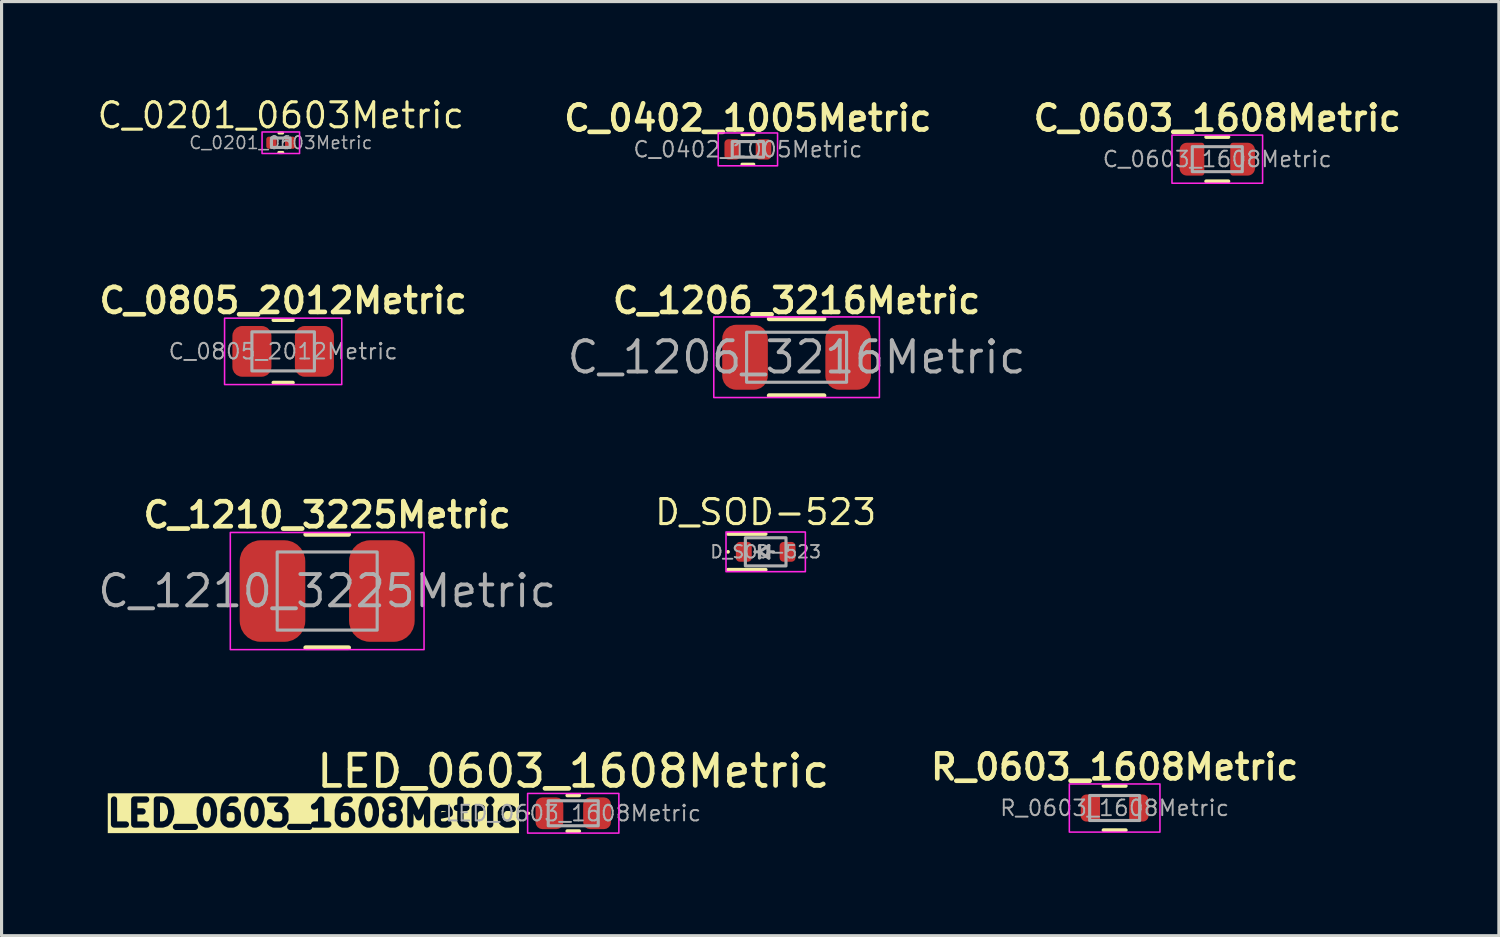
<source format=kicad_pcb>
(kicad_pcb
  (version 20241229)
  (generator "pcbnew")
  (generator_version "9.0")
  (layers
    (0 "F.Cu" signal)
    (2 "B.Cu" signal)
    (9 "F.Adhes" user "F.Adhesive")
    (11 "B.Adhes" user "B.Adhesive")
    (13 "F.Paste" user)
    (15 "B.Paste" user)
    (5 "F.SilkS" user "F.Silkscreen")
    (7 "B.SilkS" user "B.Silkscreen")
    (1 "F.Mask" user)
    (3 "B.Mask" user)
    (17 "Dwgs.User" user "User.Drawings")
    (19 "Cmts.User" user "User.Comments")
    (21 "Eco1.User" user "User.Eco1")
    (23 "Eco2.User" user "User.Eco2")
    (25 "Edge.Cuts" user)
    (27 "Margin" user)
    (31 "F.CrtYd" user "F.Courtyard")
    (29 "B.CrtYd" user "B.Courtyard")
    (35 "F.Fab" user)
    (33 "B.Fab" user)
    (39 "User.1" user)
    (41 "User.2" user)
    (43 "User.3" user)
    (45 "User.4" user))
  (footprint "LED_0603_1608Metric"
    (layer "F.Cu")
    (at 15.296 22.978)
    (property "Reference" "LED_0603_1608Metric" (at 0 -0.762 0) (unlocked yes) (layer "F.SilkS") (effects (font (size 1 1) (thickness 0.15)) (justify bottom)))
    (property "Value" "LED_0603_1608Metric" (at 0 0.762 0) (unlocked yes) (layer "F.Fab") (hide yes) (effects (font (size 1 1) (thickness 0.15)) (justify top)))
    (attr smd)
    (fp_line (start -0.191 -0.572) (end 0.191 -0.572) (stroke (width 0.12) (type default)) (layer "F.SilkS"))
    (fp_line (start -0.191 0.572) (end 0.191 0.572) (stroke (width 0.12) (type default)) (layer "F.SilkS"))
    (fp_circle (center -1.429 0) (end -1.428 0) (stroke (width 0.1) (type solid)) (fill yes) (layer "F.SilkS"))
    (fp_rect (start -1.46 -0.635) (end 1.46 0.635) (stroke (width 0.05) (type default)) (fill no) (layer "F.CrtYd"))
    (fp_rect (start -0.8 -0.4) (end 0.8 0.4) (stroke (width 0.1) (type default)) (fill no) (layer "F.Fab"))
    (fp_text user "${VALUE}" (at -1.651 0 0) (unlocked yes) (layer "F.SilkS" knockout) (effects (font (size 0.8 0.8) (thickness 0.2) (bold yes)) (justify right)))
    (fp_text user "${REFERENCE}" (at 0 0 0) (unlocked yes) (layer "F.Fab") (effects (font (size 0.5 0.5) (thickness 0.062))))
    (pad "1" smd roundrect (at -0.762 0) (size 0.889 1.016) (layers "F.Cu" "F.Mask" "F.Paste") (roundrect_rratio 0.25))
    (pad "2" smd roundrect (at 0.762 0) (size 0.889 1.016) (layers "F.Cu" "F.Mask" "F.Paste") (roundrect_rratio 0.25)))
  (footprint "C_0805_2012Metric"
    (layer "F.Cu")
    (at 6.012 8.195)
    (property "Reference" "C_0805_2012Metric" (at 0 -1.625 0) (unlocked yes) (layer "F.SilkS") (effects (font (size 0.8 0.8) (thickness 0.15))))
    (attr smd)
    (fp_line (start -0.313 -1) (end 0.313 -1) (stroke (width 0.12) (type default)) (layer "F.SilkS"))
    (fp_line (start -0.313 1) (end 0.313 1) (stroke (width 0.12) (type default)) (layer "F.SilkS"))
    (fp_rect (start -1.875 -1.063) (end 1.875 1.063) (stroke (width 0.05) (type default)) (fill no) (layer "F.CrtYd"))
    (fp_rect (start -1 -0.625) (end 1 0.625) (stroke (width 0.1) (type default)) (fill no) (layer "F.Fab"))
    (fp_text user "${REFERENCE}" (at 0 0 0) (unlocked yes) (layer "F.Fab") (effects (font (size 0.5 0.5) (thickness 0.062))))
    (pad "1" smd roundrect (at -1 0 90) (size 1.625 1.25) (layers "F.Cu" "F.Mask" "F.Paste") (roundrect_rratio 0.25))
    (pad "2" smd roundrect (at 1 0 90) (size 1.625 1.25) (layers "F.Cu" "F.Mask" "F.Paste") (roundrect_rratio 0.25)))
  (footprint "C_0402_1005Metric"
    (layer "F.Cu")
    (at 20.885 1.731)
    (property "Reference" "C_0402_1005Metric" (at 0 -1 0) (unlocked yes) (layer "F.SilkS") (effects (font (size 0.8 0.8) (thickness 0.15))))
    (attr smd)
    (fp_line (start 0.188 -0.475) (end -0.188 -0.475) (stroke (width 0.1) (type default)) (layer "F.SilkS"))
    (fp_line (start 0.188 0.475) (end -0.188 0.475) (stroke (width 0.1) (type default)) (layer "F.SilkS"))
    (fp_rect (start -0.95 -0.525) (end 0.95 0.525) (stroke (width 0.05) (type default)) (fill no) (layer "F.CrtYd"))
    (fp_rect (start -0.5 -0.25) (end 0.5 0.25) (stroke (width 0.1) (type default)) (fill no) (layer "F.Fab"))
    (fp_text user "${REFERENCE}" (at 0 0 0) (unlocked yes) (layer "F.Fab") (effects (font (size 0.5 0.5) (thickness 0.062))))
    (pad "1" smd roundrect (at -0.5 0 90) (size 0.65 0.5) (layers "F.Cu" "F.Mask" "F.Paste") (roundrect_rratio 0.25))
    (pad "2" smd roundrect (at 0.5 0 90) (size 0.65 0.5) (layers "F.Cu" "F.Mask" "F.Paste") (roundrect_rratio 0.25)))
  (footprint "D_SOD-523"
    (layer "F.Cu")
    (at 21.455 14.611)
    (property "Reference" "D_SOD-523" (at 0 -1.27 0) (layer "F.SilkS") (effects (font (size 0.8 0.8) (thickness 0.1))))
    (attr smd)
    (fp_line (start -1.206 -0.572) (end 0 -0.572) (stroke (width 0.12) (type default)) (layer "F.SilkS"))
    (fp_line (start -1.206 0.572) (end 0 0.572) (stroke (width 0.12) (type default)) (layer "F.SilkS"))
    (fp_circle (center -1.206 0) (end -1.196 0) (stroke (width 0.1) (type solid)) (fill yes) (layer "F.SilkS"))
    (fp_rect (start -1.27 0.635) (end 1.27 -0.635) (stroke (width 0.05) (type default)) (fill no) (layer "F.CrtYd"))
    (fp_line (start -0.2 0) (end -0.35 0) (stroke (width 0.1) (type solid)) (layer "F.Fab"))
    (fp_line (start -0.2 0) (end 0.1 0.2) (stroke (width 0.1) (type solid)) (layer "F.Fab"))
    (fp_line (start -0.2 0.2) (end -0.2 -0.2) (stroke (width 0.1) (type solid)) (layer "F.Fab"))
    (fp_line (start 0.1 -0.2) (end -0.2 0) (stroke (width 0.1) (type solid)) (layer "F.Fab"))
    (fp_line (start 0.1 0) (end 0.25 0) (stroke (width 0.1) (type solid)) (layer "F.Fab"))
    (fp_line (start 0.1 0.2) (end 0.1 -0.2) (stroke (width 0.1) (type solid)) (layer "F.Fab"))
    (fp_rect (start -0.65 0.45) (end 0.65 -0.45) (stroke (width 0.1) (type default)) (fill no) (layer "F.Fab"))
    (fp_text user "${REFERENCE}" (at 0 0 0) (layer "F.Fab") (effects (font (size 0.4 0.4) (thickness 0.06))))
    (pad "1" smd roundrect (at -0.7 0) (size 0.508 0.635) (layers "F.Cu" "F.Mask" "F.Paste") (roundrect_rratio 0.25))
    (pad "2" smd roundrect (at 0.7 0) (size 0.508 0.635) (layers "F.Cu" "F.Mask" "F.Paste") (roundrect_rratio 0.25)))
  (footprint "R_0603_1608Metric"
    (layer "F.Cu")
    (at 32.623 22.81)
    (property "Reference" "R_0603_1608Metric" (at 0 -1.312 0) (unlocked yes) (layer "F.SilkS") (effects (font (size 0.8 0.8) (thickness 0.15))))
    (attr smd)
    (fp_line (start -0.357 -0.708) (end 0.357 -0.708) (stroke (width 0.12) (type default)) (layer "F.SilkS"))
    (fp_line (start -0.357 0.708) (end 0.357 0.708) (stroke (width 0.12) (type default)) (layer "F.SilkS"))
    (fp_rect (start -1.45 -0.77) (end 1.45 0.77) (stroke (width 0.05) (type default)) (fill no) (layer "F.CrtYd"))
    (fp_rect (start -0.8 -0.4) (end 0.8 0.4) (stroke (width 0.1) (type default)) (fill no) (layer "F.Fab"))
    (fp_text user "${REFERENCE}" (at 0 0 0) (unlocked yes) (layer "F.Fab") (effects (font (size 0.5 0.5) (thickness 0.062))))
    (pad "1" smd custom (at -0.8 0) (size 0.5 0.5) (layers "F.Cu" "F.Mask" "F.Paste") (options (anchor circle)) (primitives (gr_poly (pts (xy -0.25 -0.225) (xy -0.24 -0.273) (xy -0.213 -0.313) (xy -0.173 -0.34) (xy -0.125 -0.35) (xy 0.125 -0.35) (xy 0.173 -0.34) (xy 0.213 -0.313) (xy 0.24 -0.273) (xy 0.25 -0.225) (xy 0.25 0.225) (xy 0.24 0.273) (xy 0.213 0.313) (xy 0.173 0.34) (xy 0.125 0.35) (xy -0.125 0.35) (xy -0.173 0.34) (xy -0.213 0.313) (xy -0.24 0.273) (xy -0.25 0.225)) (width 0) (fill yes)) (gr_poly (pts (arc (start 0.328 0.4) (mid 0.319799 0.419799) (end 0.3 0.428)) (arc (start -0.097002 0.428) (mid -0.226401 0.374401) (end -0.28 0.245002)) (arc (start -0.28 -0.245002) (mid -0.226401 -0.374401) (end -0.097002 -0.428)) (arc (start 0.3 -0.428) (mid 0.319799 -0.419799) (end 0.328 -0.399999))) (width 0.01) (fill yes))))
    (pad "2" smd custom (at 0.8 0) (size 0.5 0.5) (layers "F.Cu" "F.Mask" "F.Paste") (options (anchor circle)) (primitives (gr_poly (pts (xy -0.25 -0.225) (xy -0.24 -0.273) (xy -0.213 -0.313) (xy -0.173 -0.34) (xy -0.125 -0.35) (xy 0.125 -0.35) (xy 0.173 -0.34) (xy 0.213 -0.313) (xy 0.24 -0.273) (xy 0.25 -0.225) (xy 0.25 0.225) (xy 0.24 0.273) (xy 0.213 0.313) (xy 0.173 0.34) (xy 0.125 0.35) (xy -0.125 0.35) (xy -0.173 0.34) (xy -0.213 0.313) (xy -0.24 0.273) (xy -0.25 0.225)) (width 0) (fill yes)) (gr_poly (pts (arc (start -0.3 -0.428) (mid -0.319799 -0.419799) (end -0.328 -0.4)) (arc (start -0.328 0.4) (mid -0.319799 0.419799) (end -0.3 0.428)) (arc (start 0.097 0.428) (mid 0.226401 0.374401) (end 0.28 0.245)) (arc (start 0.28 -0.245) (mid 0.226401 -0.374401) (end 0.097 -0.428))) (width 0.01) (fill yes)))))
  (footprint "C_1210_3225Metric"
    (layer "F.Cu")
    (at 7.421 15.866)
    (property "Reference" "C_1210_3225Metric" (at 0 -2.438 0) (unlocked yes) (layer "F.SilkS") (effects (font (size 0.8 0.8) (thickness 0.15))))
    (attr smd)
    (fp_line (start -0.688 -1.813) (end 0.688 -1.813) (stroke (width 0.15) (type default)) (layer "F.SilkS"))
    (fp_line (start -0.688 1.813) (end 0.688 1.813) (stroke (width 0.15) (type default)) (layer "F.SilkS"))
    (fp_rect (start -3.1 -1.875) (end 3.1 1.875) (stroke (width 0.05) (type default)) (fill no) (layer "F.CrtYd"))
    (fp_rect (start -1.6 -1.25) (end 1.6 1.25) (stroke (width 0.1) (type default)) (fill no) (layer "F.Fab"))
    (fp_text user "${REFERENCE}" (at 0 0 0) (unlocked yes) (layer "F.Fab") (effects (font (size 1 1) (thickness 0.125))))
    (pad "1" smd roundrect (at -1.75 0 90) (size 3.25 2.1) (layers "F.Cu" "F.Mask" "F.Paste") (roundrect_rratio 0.318))
    (pad "2" smd roundrect (at 1.75 0 90) (size 3.25 2.1) (layers "F.Cu" "F.Mask" "F.Paste") (roundrect_rratio 0.318)))
  (footprint "C_1206_3216Metric"
    (layer "F.Cu")
    (at 22.444 8.383)
    (property "Reference" "C_1206_3216Metric" (at 0 -1.812 0) (unlocked yes) (layer "F.SilkS") (effects (font (size 0.8 0.8) (thickness 0.15))))
    (attr smd)
    (fp_line (start -0.878 -1.228) (end 0.878 -1.228) (stroke (width 0.15) (type default)) (layer "F.SilkS"))
    (fp_line (start -0.878 1.228) (end 0.878 1.228) (stroke (width 0.15) (type default)) (layer "F.SilkS"))
    (fp_rect (start -2.65 -1.29) (end 2.65 1.29) (stroke (width 0.05) (type default)) (fill no) (layer "F.CrtYd"))
    (fp_rect (start -1.6 -0.8) (end 1.6 0.8) (stroke (width 0.1) (type default)) (fill no) (layer "F.Fab"))
    (fp_text user "${REFERENCE}" (at 0 0 0) (unlocked yes) (layer "F.Fab") (effects (font (size 1 1) (thickness 0.125))))
    (pad "1" smd roundrect (at -1.65 0 90) (size 2.08 1.46) (layers "F.Cu" "F.Mask" "F.Paste") (roundrect_rratio 0.303))
    (pad "2" smd roundrect (at 1.65 0 90) (size 2.08 1.46) (layers "F.Cu" "F.Mask" "F.Paste") (roundrect_rratio 0.303)))
  (footprint "C_0603_1608Metric"
    (layer "F.Cu")
    (at 35.908 2.044)
    (property "Reference" "C_0603_1608Metric" (at 0 -1.312 0) (unlocked yes) (layer "F.SilkS") (effects (font (size 0.8 0.8) (thickness 0.15))))
    (attr smd)
    (fp_line (start -0.357 -0.708) (end 0.357 -0.708) (stroke (width 0.12) (type default)) (layer "F.SilkS"))
    (fp_line (start -0.357 0.708) (end 0.357 0.708) (stroke (width 0.12) (type default)) (layer "F.SilkS"))
    (fp_rect (start -1.45 -0.77) (end 1.45 0.77) (stroke (width 0.05) (type default)) (fill no) (layer "F.CrtYd"))
    (fp_rect (start -0.8 -0.4) (end 0.8 0.4) (stroke (width 0.1) (type default)) (fill no) (layer "F.Fab"))
    (fp_text user "${REFERENCE}" (at 0 0 0) (unlocked yes) (layer "F.Fab") (effects (font (size 0.5 0.5) (thickness 0.062))))
    (pad "1" smd custom (at -0.8 0) (size 0.7 0.8) (layers "F.Cu" "F.Mask" "F.Paste") (options (anchor rect)) (primitives (gr_poly (pts (arc (start 0.38 0.44) (mid 0.356569 0.496569) (end 0.3 0.52)) (arc (start -0.1725 0.52) (mid -0.333367 0.453367) (end -0.4 0.2925)) (arc (start -0.4 -0.2925) (mid -0.333367 -0.453367) (end -0.1725 -0.52)) (arc (start 0.3 -0.52) (mid 0.356569 -0.496569) (end 0.38 -0.44))) (width 0.01) (fill yes))))
    (pad "2" smd custom (at 0.8 0 180) (size 0.7 0.8) (layers "F.Cu" "F.Mask" "F.Paste") (options (anchor rect)) (primitives (gr_poly (pts (arc (start 0.38 0.44) (mid 0.356569 0.496569) (end 0.3 0.52)) (arc (start -0.1725 0.52) (mid -0.333367 0.453367) (end -0.4 0.2925)) (arc (start -0.4 -0.2925) (mid -0.333367 -0.453367) (end -0.1725 -0.52)) (arc (start 0.3 -0.52) (mid 0.356569 -0.496569) (end 0.38 -0.44))) (width 0.01) (fill yes)))))
  (footprint "C_0201_0603Metric"
    (layer "F.Cu")
    (at 5.937 1.518)
    (property "Reference" "C_0201_0603Metric" (at 0 -0.875 0) (unlocked yes) (layer "F.SilkS") (effects (font (size 0.8 0.8) (thickness 0.1))))
    (attr smd)
    (fp_line (start -0.062 0.312) (end 0.062 0.312) (stroke (width 0.1) (type default)) (layer "F.SilkS"))
    (fp_line (start -0.057 -0.312) (end 0.057 -0.312) (stroke (width 0.1) (type default)) (layer "F.SilkS"))
    (fp_rect (start -0.6 -0.345) (end 0.6 0.345) (stroke (width 0.05) (type default)) (fill no) (layer "F.CrtYd"))
    (fp_rect (start -0.3 -0.15) (end 0.3 0.15) (stroke (width 0.1) (type default)) (fill no) (layer "F.Fab"))
    (fp_text user "${REFERENCE}" (at 0 0 0) (unlocked yes) (layer "F.Fab") (effects (font (size 0.4 0.4) (thickness 0.05))))
    (pad "1" smd roundrect (at -0.3 0 90) (size 0.39 0.33) (layers "F.Cu" "F.Mask" "F.Paste") (roundrect_rratio 0.25))
    (pad "2" smd roundrect (at 0.3 0 90) (size 0.39 0.33) (layers "F.Cu" "F.Mask" "F.Paste") (roundrect_rratio 0.25)))
  (gr_rect
    (start -3 -3)
    (end 44.92 26.897)
    (stroke (width 0.1) (type default))
    (fill no)
    (layer "Edge.Cuts")))
</source>
